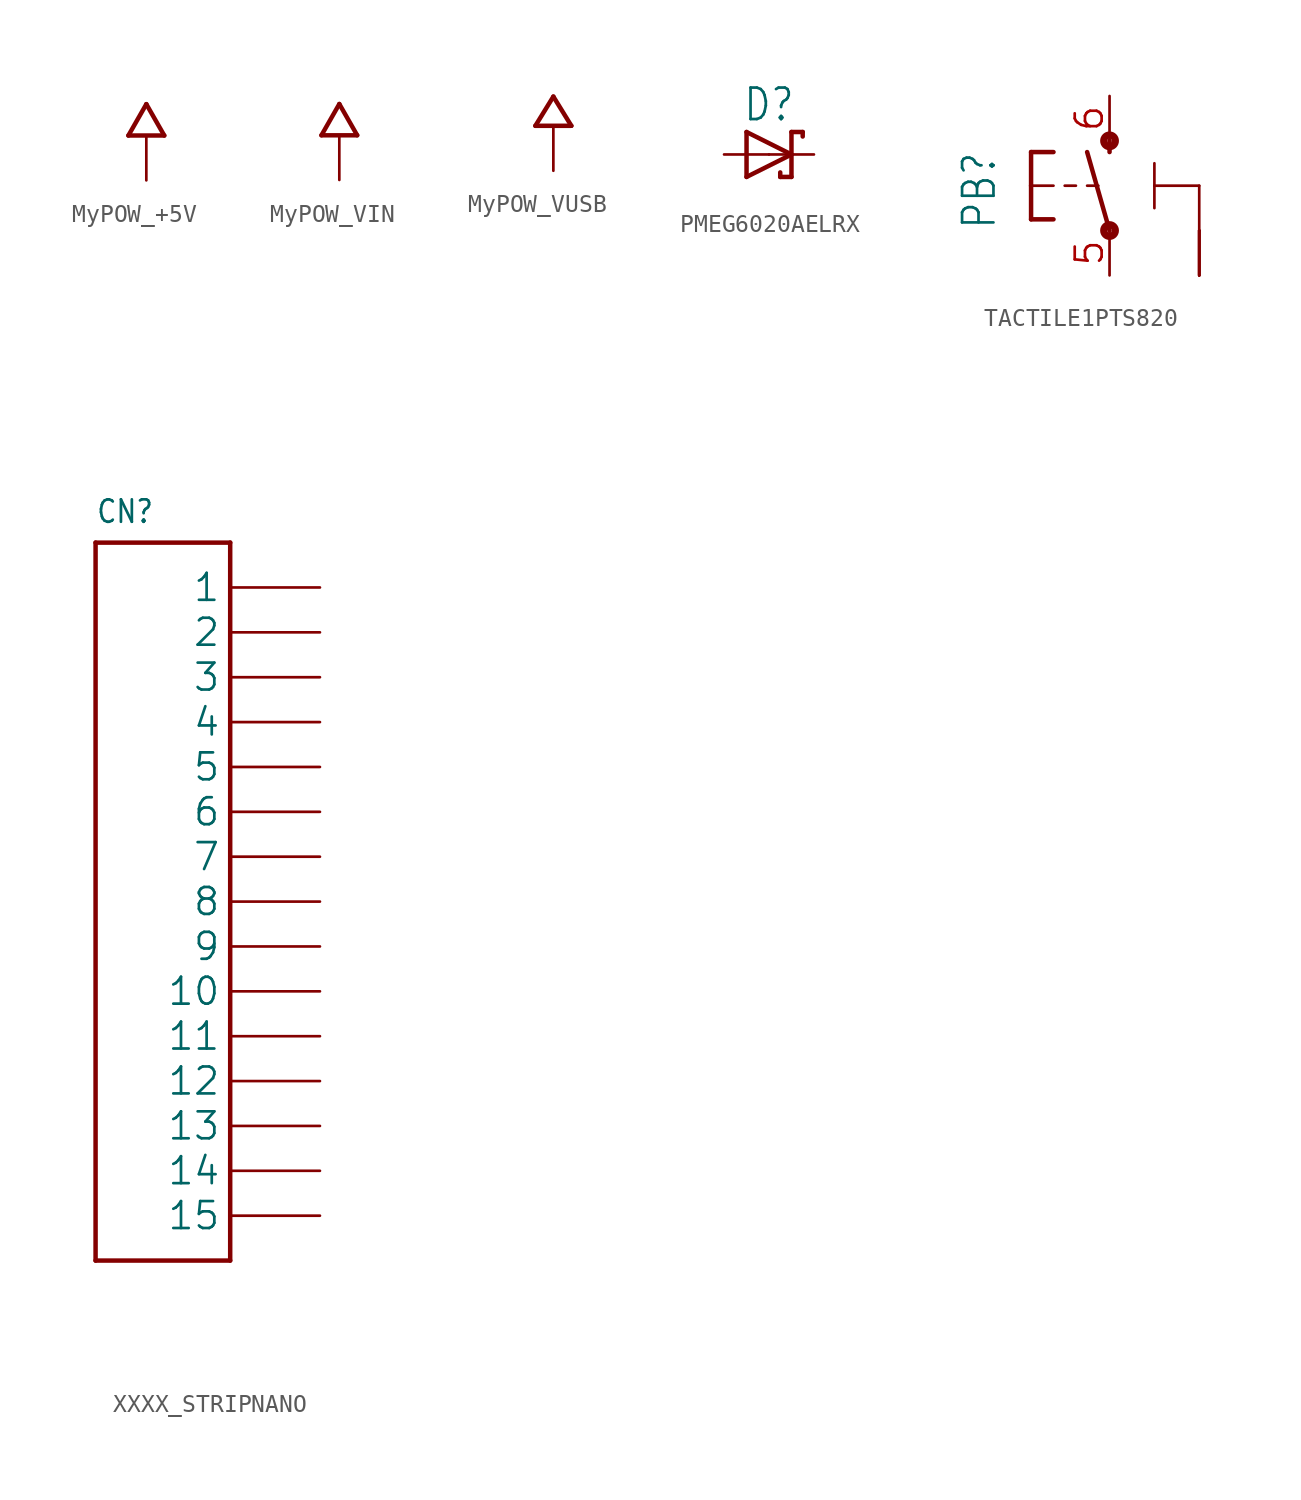
<source format=kicad_sym>
(kicad_symbol_lib
  (version 20241209)
  (generator "kicad_symbol_editor")
  (generator_version "9.0")
  (symbol "MyPOW_+5V"
    (power)
    (property "Reference" ""
      (at 0 0 0)
      (effects (font (size 1.27 1.27)) (hide yes)))
    (property "Value" ""
      (at -2.54 2.54 0)
      (effects (font (size 1.778 1.511)) (justify left bottom)))
    (property "ki_locked" ""
      (at 0 0 0)
      (effects (font (size 1.27 1.27))))
    (symbol "MyPOW_+5V_1_0"
      (polyline (pts (xy -1.016 0) (xy 1.016 0)) (stroke (width 0.254) (type solid)) (fill (type none)))
      (polyline (pts (xy 0 1.778) (xy -1.016 0)) (stroke (width 0.254) (type solid)) (fill (type none)))
      (polyline (pts (xy 1.016 0) (xy 0 1.778)) (stroke (width 0.254) (type solid)) (fill (type none)))
      (pin power_in line (at 0 -2.54 90) (length 2.54) (name "+5V" (effects (font (size 0 0)))) (number "1" (effects (font (size 0 0)))))))
  (symbol "MyPOW_VIN"
    (power)
    (property "Reference" ""
      (at 0 0 0)
      (effects (font (size 1.27 1.27)) (hide yes)))
    (property "Value" ""
      (at -2.032 2.54 0)
      (effects (font (size 1.778 1.511)) (justify left bottom)))
    (property "ki_locked" ""
      (at 0 0 0)
      (effects (font (size 1.27 1.27))))
    (symbol "MyPOW_VIN_1_0"
      (polyline (pts (xy -1.016 0) (xy 0 1.778)) (stroke (width 0.254) (type solid)) (fill (type none)))
      (polyline (pts (xy -1.016 0) (xy 1.016 0)) (stroke (width 0.254) (type solid)) (fill (type none)))
      (polyline (pts (xy 0 1.778) (xy 1.016 0)) (stroke (width 0.254) (type solid)) (fill (type none)))
      (pin power_in line (at 0 -2.54 90) (length 2.54) (name "VIN" (effects (font (size 0 0)))) (number "1" (effects (font (size 0 0)))))))
  (symbol "MyPOW_VUSB"
    (power)
    (property "Reference" ""
      (at 0 0 0)
      (effects (font (size 1.27 1.27)) (hide yes)))
    (property "Value" ""
      (at -3.048 2.032 0)
      (effects (font (size 1.778 1.511)) (justify left bottom)))
    (property "ki_locked" ""
      (at 0 0 0)
      (effects (font (size 1.27 1.27))))
    (symbol "MyPOW_VUSB_1_0"
      (polyline (pts (xy -1.016 0) (xy 1.016 0)) (stroke (width 0.254) (type solid)) (fill (type none)))
      (polyline (pts (xy 0 1.651) (xy -1.016 0)) (stroke (width 0.254) (type solid)) (fill (type none)))
      (polyline (pts (xy 1.016 0) (xy 0 1.651)) (stroke (width 0.254) (type solid)) (fill (type none)))
      (pin power_in line (at 0 -2.54 90) (length 2.54) (name "VUSB" (effects (font (size 0 0)))) (number "1" (effects (font (size 0 0)))))))
  (symbol "PMEG6020AELRX"
    (property "Reference" "D"
      (at 0 1.778 0)
      (effects (font (size 1.778 1.511)) (justify bottom)))
    (property "Value" ""
      (at 0 -1.778 0)
      (effects (font (size 1.778 1.511)) (justify top)))
    (property "ki_locked" ""
      (at 0 0 0)
      (effects (font (size 1.27 1.27))))
    (symbol "PMEG6020AELRX_1_0"
      (polyline (pts (xy -1.27 1.27) (xy -1.27 -1.27)) (stroke (width 0.254) (type solid)) (fill (type none)))
      (polyline (pts (xy -1.27 -1.27) (xy 1.27 0)) (stroke (width 0.254) (type solid)) (fill (type none)))
      (polyline (pts (xy 0.635 -1.016) (xy 0.635 -1.27)) (stroke (width 0.254) (type solid)) (fill (type none)))
      (polyline (pts (xy 1.27 1.27) (xy 1.27 0)) (stroke (width 0.254) (type solid)) (fill (type none)))
      (polyline (pts (xy 1.27 0) (xy -1.27 1.27)) (stroke (width 0.254) (type solid)) (fill (type none)))
      (polyline (pts (xy 1.27 0) (xy 1.27 -1.27)) (stroke (width 0.254) (type solid)) (fill (type none)))
      (polyline (pts (xy 1.27 -1.27) (xy 0.635 -1.27)) (stroke (width 0.254) (type solid)) (fill (type none)))
      (polyline (pts (xy 1.905 1.27) (xy 1.27 1.27)) (stroke (width 0.254) (type solid)) (fill (type none)))
      (polyline (pts (xy 1.905 1.27) (xy 1.905 1.016)) (stroke (width 0.254) (type solid)) (fill (type none)))
      (pin passive line (at -2.54 0 0) (length 2.54) (name "A" (effects (font (size 0 0)))) (number "A" (effects (font (size 0 0)))))
      (pin passive line (at 2.54 0 180) (length 2.54) (name "C" (effects (font (size 0 0)))) (number "C" (effects (font (size 0 0)))))))
  (symbol "TACTILE1PTS820"
    (property "Reference" "PB"
      (at -6.35 -2.54 90)
      (effects (font (size 1.778 1.511)) (justify left bottom)))
    (property "ki_locked" ""
      (at 0 0 0)
      (effects (font (size 1.27 1.27))))
    (symbol "TACTILE1PTS820_1_0"
      (polyline (pts (xy -4.445 1.905) (xy -4.445 0)) (stroke (width 0.254) (type solid)) (fill (type none)))
      (polyline (pts (xy -4.445 1.905) (xy -3.175 1.905)) (stroke (width 0.254) (type solid)) (fill (type none)))
      (polyline (pts (xy -4.445 0) (xy -4.445 -1.905)) (stroke (width 0.254) (type solid)) (fill (type none)))
      (polyline (pts (xy -4.445 0) (xy -3.175 0)) (stroke (width 0.152) (type solid)) (fill (type none)))
      (polyline (pts (xy -4.445 -1.905) (xy -3.175 -1.905)) (stroke (width 0.254) (type solid)) (fill (type none)))
      (polyline (pts (xy -2.54 0) (xy -1.905 0)) (stroke (width 0.152) (type solid)) (fill (type none)))
      (polyline (pts (xy -1.27 0) (xy -0.635 0)) (stroke (width 0.152) (type solid)) (fill (type none)))
      (circle (center 0 2.54) (radius 0.127) (stroke (width 0.406) (type solid)) (fill (type none)))
      (polyline (pts (xy 0 1.905) (xy 0 2.54)) (stroke (width 0.254) (type solid)) (fill (type none)))
      (polyline (pts (xy 0 -2.54) (xy -1.27 1.905)) (stroke (width 0.254) (type solid)) (fill (type none)))
      (circle (center 0 -2.54) (radius 0.127) (stroke (width 0.406) (type solid)) (fill (type none)))
      (polyline (pts (xy 2.54 0) (xy 2.54 1.27)) (stroke (width 0.152) (type solid)) (fill (type none)))
      (polyline (pts (xy 2.54 0) (xy 2.54 -1.27)) (stroke (width 0.152) (type solid)) (fill (type none)))
      (polyline (pts (xy 5.08 0) (xy 2.54 0)) (stroke (width 0.152) (type solid)) (fill (type none)))
      (polyline (pts (xy 5.08 -2.54) (xy 5.08 0)) (stroke (width 0.152) (type solid)) (fill (type none)))
      (pin passive line (at 0 5.08 270) (length 2.54) (name "2" (effects (font (size 0 0)))) (number "6" (effects (font (size 1.524 1.524)))))
      (pin passive line (at 0 -5.08 90) (length 2.54) (name "1" (effects (font (size 0 0)))) (number "5" (effects (font (size 1.524 1.524)))))
      (pin power_in line (at 5.08 -5.08 90) (length 2.54) (name "3" (effects (font (size 0 0)))) (number "1" (effects (font (size 0 0)))))
      (pin power_in line (at 5.08 -5.08 90) (length 2.54) (name "3" (effects (font (size 0 0)))) (number "2" (effects (font (size 0 0)))))
      (pin power_in line (at 5.08 -5.08 90) (length 2.54) (name "3" (effects (font (size 0 0)))) (number "3" (effects (font (size 0 0)))))
      (pin power_in line (at 5.08 -5.08 90) (length 2.54) (name "3" (effects (font (size 0 0)))) (number "4" (effects (font (size 0 0)))))))
  (symbol "XXXX_STRIPNANO"
    (property "Reference" "CN"
      (at -2.54 21.336 0)
      (effects (font (size 1.27 1.079)) (justify left bottom)))
    (property "Value" ""
      (at -2.54 -22.86 0)
      (effects (font (size 1.27 1.079)) (justify left bottom)))
    (property "ki_locked" ""
      (at 0 0 0)
      (effects (font (size 1.27 1.27))))
    (symbol "XXXX_STRIPNANO_1_0"
      (polyline (pts (xy -2.54 20.32) (xy -2.54 -20.32)) (stroke (width 0.254) (type solid)) (fill (type none)))
      (polyline (pts (xy -2.54 -20.32) (xy 5.08 -20.32)) (stroke (width 0.254) (type solid)) (fill (type none)))
      (polyline (pts (xy 5.08 20.32) (xy -2.54 20.32)) (stroke (width 0.254) (type solid)) (fill (type none)))
      (polyline (pts (xy 5.08 -20.32) (xy 5.08 20.32)) (stroke (width 0.254) (type solid)) (fill (type none)))
      (pin passive line (at 10.16 17.78 180) (length 5.08) (name "1" (effects (font (size 1.524 1.524)))) (number "1" (effects (font (size 0 0)))))
      (pin passive line (at 10.16 15.24 180) (length 5.08) (name "2" (effects (font (size 1.524 1.524)))) (number "2" (effects (font (size 0 0)))))
      (pin passive line (at 10.16 12.7 180) (length 5.08) (name "3" (effects (font (size 1.524 1.524)))) (number "3" (effects (font (size 0 0)))))
      (pin passive line (at 10.16 10.16 180) (length 5.08) (name "4" (effects (font (size 1.524 1.524)))) (number "4" (effects (font (size 0 0)))))
      (pin passive line (at 10.16 7.62 180) (length 5.08) (name "5" (effects (font (size 1.524 1.524)))) (number "5" (effects (font (size 0 0)))))
      (pin passive line (at 10.16 5.08 180) (length 5.08) (name "6" (effects (font (size 1.524 1.524)))) (number "6" (effects (font (size 0 0)))))
      (pin passive line (at 10.16 2.54 180) (length 5.08) (name "7" (effects (font (size 1.524 1.524)))) (number "7" (effects (font (size 0 0)))))
      (pin passive line (at 10.16 0 180) (length 5.08) (name "8" (effects (font (size 1.524 1.524)))) (number "8" (effects (font (size 0 0)))))
      (pin passive line (at 10.16 -2.54 180) (length 5.08) (name "9" (effects (font (size 1.524 1.524)))) (number "9" (effects (font (size 0 0)))))
      (pin passive line (at 10.16 -5.08 180) (length 5.08) (name "10" (effects (font (size 1.524 1.524)))) (number "10" (effects (font (size 0 0)))))
      (pin passive line (at 10.16 -7.62 180) (length 5.08) (name "11" (effects (font (size 1.524 1.524)))) (number "11" (effects (font (size 0 0)))))
      (pin passive line (at 10.16 -10.16 180) (length 5.08) (name "12" (effects (font (size 1.524 1.524)))) (number "12" (effects (font (size 0 0)))))
      (pin passive line (at 10.16 -12.7 180) (length 5.08) (name "13" (effects (font (size 1.524 1.524)))) (number "13" (effects (font (size 0 0)))))
      (pin passive line (at 10.16 -15.24 180) (length 5.08) (name "14" (effects (font (size 1.524 1.524)))) (number "14" (effects (font (size 0 0)))))
      (pin passive line (at 10.16 -17.78 180) (length 5.08) (name "15" (effects (font (size 1.524 1.524)))) (number "15" (effects (font (size 0 0))))))))
</source>
